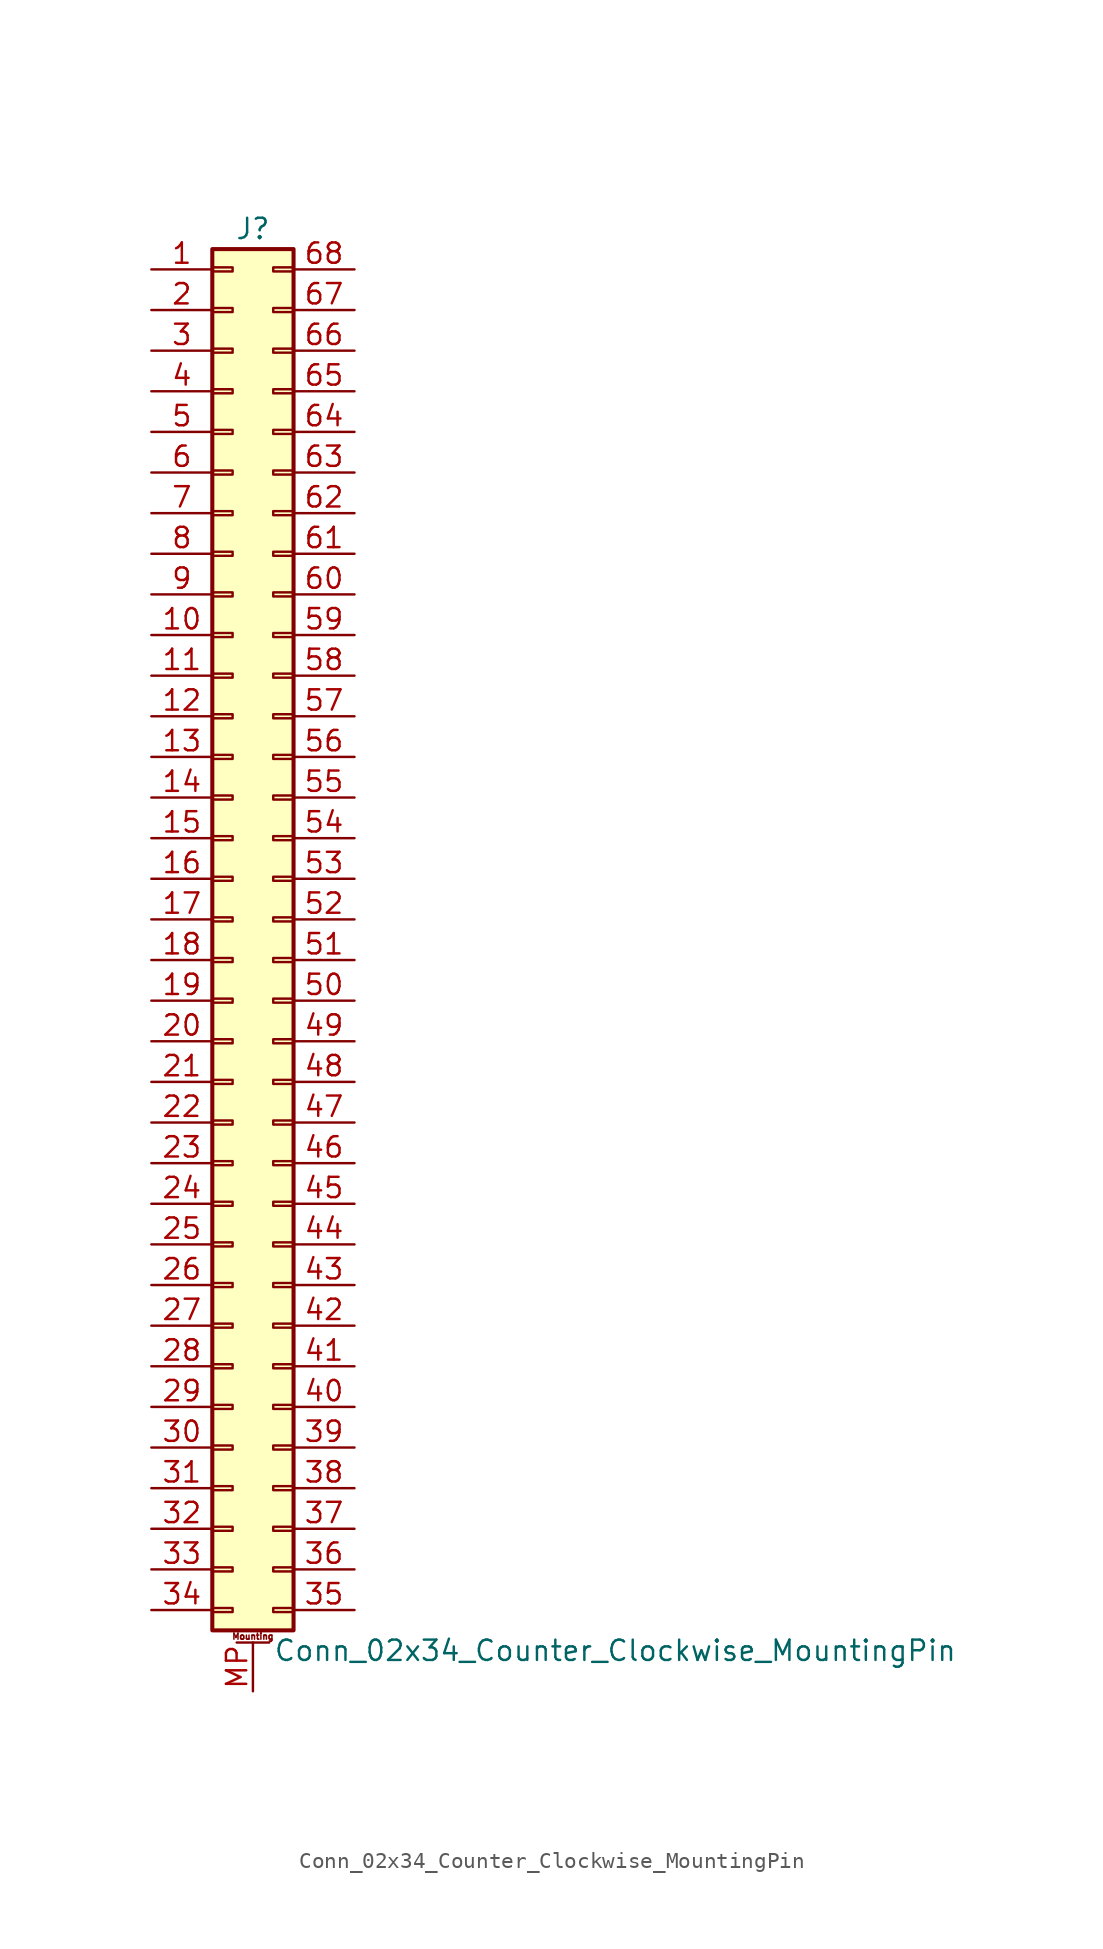
<source format=kicad_sym>
(kicad_symbol_lib
  (version 20211014)
  (generator kicad_symbol_editor)
  (symbol "Conn_02x34_Counter_Clockwise_MountingPin"
    (pin_names
      (offset 1.016) hide)
    (property "Reference" "J"
      (at 1.27 43.18 0)
      (effects (font (size 1.27 1.27))))
    (property "Value" "Conn_02x34_Counter_Clockwise_MountingPin"
      (at 2.54 -45.72 0)
      (effects (font (size 1.27 1.27)) (justify left)))
    (symbol "Conn_02x34_Counter_Clockwise_MountingPin_1_1"
      (rectangle (start -1.27 -43.053) (end 0 -43.307) (stroke (width 0.152) (type default) (color 0 0 0 0)) (fill (type none)))
      (rectangle (start -1.27 -40.513) (end 0 -40.767) (stroke (width 0.152) (type default) (color 0 0 0 0)) (fill (type none)))
      (rectangle (start -1.27 -37.973) (end 0 -38.227) (stroke (width 0.152) (type default) (color 0 0 0 0)) (fill (type none)))
      (rectangle (start -1.27 -35.433) (end 0 -35.687) (stroke (width 0.152) (type default) (color 0 0 0 0)) (fill (type none)))
      (rectangle (start -1.27 -32.893) (end 0 -33.147) (stroke (width 0.152) (type default) (color 0 0 0 0)) (fill (type none)))
      (rectangle (start -1.27 -30.353) (end 0 -30.607) (stroke (width 0.152) (type default) (color 0 0 0 0)) (fill (type none)))
      (rectangle (start -1.27 -27.813) (end 0 -28.067) (stroke (width 0.152) (type default) (color 0 0 0 0)) (fill (type none)))
      (rectangle (start -1.27 -25.273) (end 0 -25.527) (stroke (width 0.152) (type default) (color 0 0 0 0)) (fill (type none)))
      (rectangle (start -1.27 -22.733) (end 0 -22.987) (stroke (width 0.152) (type default) (color 0 0 0 0)) (fill (type none)))
      (rectangle (start -1.27 -20.193) (end 0 -20.447) (stroke (width 0.152) (type default) (color 0 0 0 0)) (fill (type none)))
      (rectangle (start -1.27 -17.653) (end 0 -17.907) (stroke (width 0.152) (type default) (color 0 0 0 0)) (fill (type none)))
      (rectangle (start -1.27 -15.113) (end 0 -15.367) (stroke (width 0.152) (type default) (color 0 0 0 0)) (fill (type none)))
      (rectangle (start -1.27 -12.573) (end 0 -12.827) (stroke (width 0.152) (type default) (color 0 0 0 0)) (fill (type none)))
      (rectangle (start -1.27 -10.033) (end 0 -10.287) (stroke (width 0.152) (type default) (color 0 0 0 0)) (fill (type none)))
      (rectangle (start -1.27 -7.493) (end 0 -7.747) (stroke (width 0.152) (type default) (color 0 0 0 0)) (fill (type none)))
      (rectangle (start -1.27 -4.953) (end 0 -5.207) (stroke (width 0.152) (type default) (color 0 0 0 0)) (fill (type none)))
      (rectangle (start -1.27 -2.413) (end 0 -2.667) (stroke (width 0.152) (type default) (color 0 0 0 0)) (fill (type none)))
      (rectangle (start -1.27 0.127) (end 0 -0.127) (stroke (width 0.152) (type default) (color 0 0 0 0)) (fill (type none)))
      (rectangle (start -1.27 2.667) (end 0 2.413) (stroke (width 0.152) (type default) (color 0 0 0 0)) (fill (type none)))
      (rectangle (start -1.27 5.207) (end 0 4.953) (stroke (width 0.152) (type default) (color 0 0 0 0)) (fill (type none)))
      (rectangle (start -1.27 7.747) (end 0 7.493) (stroke (width 0.152) (type default) (color 0 0 0 0)) (fill (type none)))
      (rectangle (start -1.27 10.287) (end 0 10.033) (stroke (width 0.152) (type default) (color 0 0 0 0)) (fill (type none)))
      (rectangle (start -1.27 12.827) (end 0 12.573) (stroke (width 0.152) (type default) (color 0 0 0 0)) (fill (type none)))
      (rectangle (start -1.27 15.367) (end 0 15.113) (stroke (width 0.152) (type default) (color 0 0 0 0)) (fill (type none)))
      (rectangle (start -1.27 17.907) (end 0 17.653) (stroke (width 0.152) (type default) (color 0 0 0 0)) (fill (type none)))
      (rectangle (start -1.27 20.447) (end 0 20.193) (stroke (width 0.152) (type default) (color 0 0 0 0)) (fill (type none)))
      (rectangle (start -1.27 22.987) (end 0 22.733) (stroke (width 0.152) (type default) (color 0 0 0 0)) (fill (type none)))
      (rectangle (start -1.27 25.527) (end 0 25.273) (stroke (width 0.152) (type default) (color 0 0 0 0)) (fill (type none)))
      (rectangle (start -1.27 28.067) (end 0 27.813) (stroke (width 0.152) (type default) (color 0 0 0 0)) (fill (type none)))
      (rectangle (start -1.27 30.607) (end 0 30.353) (stroke (width 0.152) (type default) (color 0 0 0 0)) (fill (type none)))
      (rectangle (start -1.27 33.147) (end 0 32.893) (stroke (width 0.152) (type default) (color 0 0 0 0)) (fill (type none)))
      (rectangle (start -1.27 35.687) (end 0 35.433) (stroke (width 0.152) (type default) (color 0 0 0 0)) (fill (type none)))
      (rectangle (start -1.27 38.227) (end 0 37.973) (stroke (width 0.152) (type default) (color 0 0 0 0)) (fill (type none)))
      (rectangle (start -1.27 40.767) (end 0 40.513) (stroke (width 0.152) (type default) (color 0 0 0 0)) (fill (type none)))
      (rectangle (start -1.27 41.91) (end 3.81 -44.45) (stroke (width 0.254) (type default) (color 0 0 0 0)) (fill (type background)))
      (polyline (pts (xy 0.254 -45.212) (xy 2.286 -45.212)) (stroke (width 0.152) (type default) (color 0 0 0 0)) (fill (type none)))
      (rectangle (start 3.81 -43.053) (end 2.54 -43.307) (stroke (width 0.152) (type default) (color 0 0 0 0)) (fill (type none)))
      (rectangle (start 3.81 -40.513) (end 2.54 -40.767) (stroke (width 0.152) (type default) (color 0 0 0 0)) (fill (type none)))
      (rectangle (start 3.81 -37.973) (end 2.54 -38.227) (stroke (width 0.152) (type default) (color 0 0 0 0)) (fill (type none)))
      (rectangle (start 3.81 -35.433) (end 2.54 -35.687) (stroke (width 0.152) (type default) (color 0 0 0 0)) (fill (type none)))
      (rectangle (start 3.81 -32.893) (end 2.54 -33.147) (stroke (width 0.152) (type default) (color 0 0 0 0)) (fill (type none)))
      (rectangle (start 3.81 -30.353) (end 2.54 -30.607) (stroke (width 0.152) (type default) (color 0 0 0 0)) (fill (type none)))
      (rectangle (start 3.81 -27.813) (end 2.54 -28.067) (stroke (width 0.152) (type default) (color 0 0 0 0)) (fill (type none)))
      (rectangle (start 3.81 -25.273) (end 2.54 -25.527) (stroke (width 0.152) (type default) (color 0 0 0 0)) (fill (type none)))
      (rectangle (start 3.81 -22.733) (end 2.54 -22.987) (stroke (width 0.152) (type default) (color 0 0 0 0)) (fill (type none)))
      (rectangle (start 3.81 -20.193) (end 2.54 -20.447) (stroke (width 0.152) (type default) (color 0 0 0 0)) (fill (type none)))
      (rectangle (start 3.81 -17.653) (end 2.54 -17.907) (stroke (width 0.152) (type default) (color 0 0 0 0)) (fill (type none)))
      (rectangle (start 3.81 -15.113) (end 2.54 -15.367) (stroke (width 0.152) (type default) (color 0 0 0 0)) (fill (type none)))
      (rectangle (start 3.81 -12.573) (end 2.54 -12.827) (stroke (width 0.152) (type default) (color 0 0 0 0)) (fill (type none)))
      (rectangle (start 3.81 -10.033) (end 2.54 -10.287) (stroke (width 0.152) (type default) (color 0 0 0 0)) (fill (type none)))
      (rectangle (start 3.81 -7.493) (end 2.54 -7.747) (stroke (width 0.152) (type default) (color 0 0 0 0)) (fill (type none)))
      (rectangle (start 3.81 -4.953) (end 2.54 -5.207) (stroke (width 0.152) (type default) (color 0 0 0 0)) (fill (type none)))
      (rectangle (start 3.81 -2.413) (end 2.54 -2.667) (stroke (width 0.152) (type default) (color 0 0 0 0)) (fill (type none)))
      (rectangle (start 3.81 0.127) (end 2.54 -0.127) (stroke (width 0.152) (type default) (color 0 0 0 0)) (fill (type none)))
      (rectangle (start 3.81 2.667) (end 2.54 2.413) (stroke (width 0.152) (type default) (color 0 0 0 0)) (fill (type none)))
      (rectangle (start 3.81 5.207) (end 2.54 4.953) (stroke (width 0.152) (type default) (color 0 0 0 0)) (fill (type none)))
      (rectangle (start 3.81 7.747) (end 2.54 7.493) (stroke (width 0.152) (type default) (color 0 0 0 0)) (fill (type none)))
      (rectangle (start 3.81 10.287) (end 2.54 10.033) (stroke (width 0.152) (type default) (color 0 0 0 0)) (fill (type none)))
      (rectangle (start 3.81 12.827) (end 2.54 12.573) (stroke (width 0.152) (type default) (color 0 0 0 0)) (fill (type none)))
      (rectangle (start 3.81 15.367) (end 2.54 15.113) (stroke (width 0.152) (type default) (color 0 0 0 0)) (fill (type none)))
      (rectangle (start 3.81 17.907) (end 2.54 17.653) (stroke (width 0.152) (type default) (color 0 0 0 0)) (fill (type none)))
      (rectangle (start 3.81 20.447) (end 2.54 20.193) (stroke (width 0.152) (type default) (color 0 0 0 0)) (fill (type none)))
      (rectangle (start 3.81 22.987) (end 2.54 22.733) (stroke (width 0.152) (type default) (color 0 0 0 0)) (fill (type none)))
      (rectangle (start 3.81 25.527) (end 2.54 25.273) (stroke (width 0.152) (type default) (color 0 0 0 0)) (fill (type none)))
      (rectangle (start 3.81 28.067) (end 2.54 27.813) (stroke (width 0.152) (type default) (color 0 0 0 0)) (fill (type none)))
      (rectangle (start 3.81 30.607) (end 2.54 30.353) (stroke (width 0.152) (type default) (color 0 0 0 0)) (fill (type none)))
      (rectangle (start 3.81 33.147) (end 2.54 32.893) (stroke (width 0.152) (type default) (color 0 0 0 0)) (fill (type none)))
      (rectangle (start 3.81 35.687) (end 2.54 35.433) (stroke (width 0.152) (type default) (color 0 0 0 0)) (fill (type none)))
      (rectangle (start 3.81 38.227) (end 2.54 37.973) (stroke (width 0.152) (type default) (color 0 0 0 0)) (fill (type none)))
      (rectangle (start 3.81 40.767) (end 2.54 40.513) (stroke (width 0.152) (type default) (color 0 0 0 0)) (fill (type none)))
      (text "Mounting" (at 1.27 -44.831 0) (effects (font (size 0.381 0.381))))
      (pin passive line (at -5.08 40.64 0) (length 3.81) (name "Pin_1" (effects (font (size 1.27 1.27)))) (number "1" (effects (font (size 1.27 1.27)))))
      (pin passive line (at -5.08 17.78 0) (length 3.81) (name "Pin_10" (effects (font (size 1.27 1.27)))) (number "10" (effects (font (size 1.27 1.27)))))
      (pin passive line (at -5.08 15.24 0) (length 3.81) (name "Pin_11" (effects (font (size 1.27 1.27)))) (number "11" (effects (font (size 1.27 1.27)))))
      (pin passive line (at -5.08 12.7 0) (length 3.81) (name "Pin_12" (effects (font (size 1.27 1.27)))) (number "12" (effects (font (size 1.27 1.27)))))
      (pin passive line (at -5.08 10.16 0) (length 3.81) (name "Pin_13" (effects (font (size 1.27 1.27)))) (number "13" (effects (font (size 1.27 1.27)))))
      (pin passive line (at -5.08 7.62 0) (length 3.81) (name "Pin_14" (effects (font (size 1.27 1.27)))) (number "14" (effects (font (size 1.27 1.27)))))
      (pin passive line (at -5.08 5.08 0) (length 3.81) (name "Pin_15" (effects (font (size 1.27 1.27)))) (number "15" (effects (font (size 1.27 1.27)))))
      (pin passive line (at -5.08 2.54 0) (length 3.81) (name "Pin_16" (effects (font (size 1.27 1.27)))) (number "16" (effects (font (size 1.27 1.27)))))
      (pin passive line (at -5.08 0 0) (length 3.81) (name "Pin_17" (effects (font (size 1.27 1.27)))) (number "17" (effects (font (size 1.27 1.27)))))
      (pin passive line (at -5.08 -2.54 0) (length 3.81) (name "Pin_18" (effects (font (size 1.27 1.27)))) (number "18" (effects (font (size 1.27 1.27)))))
      (pin passive line (at -5.08 -5.08 0) (length 3.81) (name "Pin_19" (effects (font (size 1.27 1.27)))) (number "19" (effects (font (size 1.27 1.27)))))
      (pin passive line (at -5.08 38.1 0) (length 3.81) (name "Pin_2" (effects (font (size 1.27 1.27)))) (number "2" (effects (font (size 1.27 1.27)))))
      (pin passive line (at -5.08 -7.62 0) (length 3.81) (name "Pin_20" (effects (font (size 1.27 1.27)))) (number "20" (effects (font (size 1.27 1.27)))))
      (pin passive line (at -5.08 -10.16 0) (length 3.81) (name "Pin_21" (effects (font (size 1.27 1.27)))) (number "21" (effects (font (size 1.27 1.27)))))
      (pin passive line (at -5.08 -12.7 0) (length 3.81) (name "Pin_22" (effects (font (size 1.27 1.27)))) (number "22" (effects (font (size 1.27 1.27)))))
      (pin passive line (at -5.08 -15.24 0) (length 3.81) (name "Pin_23" (effects (font (size 1.27 1.27)))) (number "23" (effects (font (size 1.27 1.27)))))
      (pin passive line (at -5.08 -17.78 0) (length 3.81) (name "Pin_24" (effects (font (size 1.27 1.27)))) (number "24" (effects (font (size 1.27 1.27)))))
      (pin passive line (at -5.08 -20.32 0) (length 3.81) (name "Pin_25" (effects (font (size 1.27 1.27)))) (number "25" (effects (font (size 1.27 1.27)))))
      (pin passive line (at -5.08 -22.86 0) (length 3.81) (name "Pin_26" (effects (font (size 1.27 1.27)))) (number "26" (effects (font (size 1.27 1.27)))))
      (pin passive line (at -5.08 -25.4 0) (length 3.81) (name "Pin_27" (effects (font (size 1.27 1.27)))) (number "27" (effects (font (size 1.27 1.27)))))
      (pin passive line (at -5.08 -27.94 0) (length 3.81) (name "Pin_28" (effects (font (size 1.27 1.27)))) (number "28" (effects (font (size 1.27 1.27)))))
      (pin passive line (at -5.08 -30.48 0) (length 3.81) (name "Pin_29" (effects (font (size 1.27 1.27)))) (number "29" (effects (font (size 1.27 1.27)))))
      (pin passive line (at -5.08 35.56 0) (length 3.81) (name "Pin_3" (effects (font (size 1.27 1.27)))) (number "3" (effects (font (size 1.27 1.27)))))
      (pin passive line (at -5.08 -33.02 0) (length 3.81) (name "Pin_30" (effects (font (size 1.27 1.27)))) (number "30" (effects (font (size 1.27 1.27)))))
      (pin passive line (at -5.08 -35.56 0) (length 3.81) (name "Pin_31" (effects (font (size 1.27 1.27)))) (number "31" (effects (font (size 1.27 1.27)))))
      (pin passive line (at -5.08 -38.1 0) (length 3.81) (name "Pin_32" (effects (font (size 1.27 1.27)))) (number "32" (effects (font (size 1.27 1.27)))))
      (pin passive line (at -5.08 -40.64 0) (length 3.81) (name "Pin_33" (effects (font (size 1.27 1.27)))) (number "33" (effects (font (size 1.27 1.27)))))
      (pin passive line (at -5.08 -43.18 0) (length 3.81) (name "Pin_34" (effects (font (size 1.27 1.27)))) (number "34" (effects (font (size 1.27 1.27)))))
      (pin passive line (at 7.62 -43.18 180) (length 3.81) (name "Pin_35" (effects (font (size 1.27 1.27)))) (number "35" (effects (font (size 1.27 1.27)))))
      (pin passive line (at 7.62 -40.64 180) (length 3.81) (name "Pin_36" (effects (font (size 1.27 1.27)))) (number "36" (effects (font (size 1.27 1.27)))))
      (pin passive line (at 7.62 -38.1 180) (length 3.81) (name "Pin_37" (effects (font (size 1.27 1.27)))) (number "37" (effects (font (size 1.27 1.27)))))
      (pin passive line (at 7.62 -35.56 180) (length 3.81) (name "Pin_38" (effects (font (size 1.27 1.27)))) (number "38" (effects (font (size 1.27 1.27)))))
      (pin passive line (at 7.62 -33.02 180) (length 3.81) (name "Pin_39" (effects (font (size 1.27 1.27)))) (number "39" (effects (font (size 1.27 1.27)))))
      (pin passive line (at -5.08 33.02 0) (length 3.81) (name "Pin_4" (effects (font (size 1.27 1.27)))) (number "4" (effects (font (size 1.27 1.27)))))
      (pin passive line (at 7.62 -30.48 180) (length 3.81) (name "Pin_40" (effects (font (size 1.27 1.27)))) (number "40" (effects (font (size 1.27 1.27)))))
      (pin passive line (at 7.62 -27.94 180) (length 3.81) (name "Pin_41" (effects (font (size 1.27 1.27)))) (number "41" (effects (font (size 1.27 1.27)))))
      (pin passive line (at 7.62 -25.4 180) (length 3.81) (name "Pin_42" (effects (font (size 1.27 1.27)))) (number "42" (effects (font (size 1.27 1.27)))))
      (pin passive line (at 7.62 -22.86 180) (length 3.81) (name "Pin_43" (effects (font (size 1.27 1.27)))) (number "43" (effects (font (size 1.27 1.27)))))
      (pin passive line (at 7.62 -20.32 180) (length 3.81) (name "Pin_44" (effects (font (size 1.27 1.27)))) (number "44" (effects (font (size 1.27 1.27)))))
      (pin passive line (at 7.62 -17.78 180) (length 3.81) (name "Pin_45" (effects (font (size 1.27 1.27)))) (number "45" (effects (font (size 1.27 1.27)))))
      (pin passive line (at 7.62 -15.24 180) (length 3.81) (name "Pin_46" (effects (font (size 1.27 1.27)))) (number "46" (effects (font (size 1.27 1.27)))))
      (pin passive line (at 7.62 -12.7 180) (length 3.81) (name "Pin_47" (effects (font (size 1.27 1.27)))) (number "47" (effects (font (size 1.27 1.27)))))
      (pin passive line (at 7.62 -10.16 180) (length 3.81) (name "Pin_48" (effects (font (size 1.27 1.27)))) (number "48" (effects (font (size 1.27 1.27)))))
      (pin passive line (at 7.62 -7.62 180) (length 3.81) (name "Pin_49" (effects (font (size 1.27 1.27)))) (number "49" (effects (font (size 1.27 1.27)))))
      (pin passive line (at -5.08 30.48 0) (length 3.81) (name "Pin_5" (effects (font (size 1.27 1.27)))) (number "5" (effects (font (size 1.27 1.27)))))
      (pin passive line (at 7.62 -5.08 180) (length 3.81) (name "Pin_50" (effects (font (size 1.27 1.27)))) (number "50" (effects (font (size 1.27 1.27)))))
      (pin passive line (at 7.62 -2.54 180) (length 3.81) (name "Pin_51" (effects (font (size 1.27 1.27)))) (number "51" (effects (font (size 1.27 1.27)))))
      (pin passive line (at 7.62 0 180) (length 3.81) (name "Pin_52" (effects (font (size 1.27 1.27)))) (number "52" (effects (font (size 1.27 1.27)))))
      (pin passive line (at 7.62 2.54 180) (length 3.81) (name "Pin_53" (effects (font (size 1.27 1.27)))) (number "53" (effects (font (size 1.27 1.27)))))
      (pin passive line (at 7.62 5.08 180) (length 3.81) (name "Pin_54" (effects (font (size 1.27 1.27)))) (number "54" (effects (font (size 1.27 1.27)))))
      (pin passive line (at 7.62 7.62 180) (length 3.81) (name "Pin_55" (effects (font (size 1.27 1.27)))) (number "55" (effects (font (size 1.27 1.27)))))
      (pin passive line (at 7.62 10.16 180) (length 3.81) (name "Pin_56" (effects (font (size 1.27 1.27)))) (number "56" (effects (font (size 1.27 1.27)))))
      (pin passive line (at 7.62 12.7 180) (length 3.81) (name "Pin_57" (effects (font (size 1.27 1.27)))) (number "57" (effects (font (size 1.27 1.27)))))
      (pin passive line (at 7.62 15.24 180) (length 3.81) (name "Pin_58" (effects (font (size 1.27 1.27)))) (number "58" (effects (font (size 1.27 1.27)))))
      (pin passive line (at 7.62 17.78 180) (length 3.81) (name "Pin_59" (effects (font (size 1.27 1.27)))) (number "59" (effects (font (size 1.27 1.27)))))
      (pin passive line (at -5.08 27.94 0) (length 3.81) (name "Pin_6" (effects (font (size 1.27 1.27)))) (number "6" (effects (font (size 1.27 1.27)))))
      (pin passive line (at 7.62 20.32 180) (length 3.81) (name "Pin_60" (effects (font (size 1.27 1.27)))) (number "60" (effects (font (size 1.27 1.27)))))
      (pin passive line (at 7.62 22.86 180) (length 3.81) (name "Pin_61" (effects (font (size 1.27 1.27)))) (number "61" (effects (font (size 1.27 1.27)))))
      (pin passive line (at 7.62 25.4 180) (length 3.81) (name "Pin_62" (effects (font (size 1.27 1.27)))) (number "62" (effects (font (size 1.27 1.27)))))
      (pin passive line (at 7.62 27.94 180) (length 3.81) (name "Pin_63" (effects (font (size 1.27 1.27)))) (number "63" (effects (font (size 1.27 1.27)))))
      (pin passive line (at 7.62 30.48 180) (length 3.81) (name "Pin_64" (effects (font (size 1.27 1.27)))) (number "64" (effects (font (size 1.27 1.27)))))
      (pin passive line (at 7.62 33.02 180) (length 3.81) (name "Pin_65" (effects (font (size 1.27 1.27)))) (number "65" (effects (font (size 1.27 1.27)))))
      (pin passive line (at 7.62 35.56 180) (length 3.81) (name "Pin_66" (effects (font (size 1.27 1.27)))) (number "66" (effects (font (size 1.27 1.27)))))
      (pin passive line (at 7.62 38.1 180) (length 3.81) (name "Pin_67" (effects (font (size 1.27 1.27)))) (number "67" (effects (font (size 1.27 1.27)))))
      (pin passive line (at 7.62 40.64 180) (length 3.81) (name "Pin_68" (effects (font (size 1.27 1.27)))) (number "68" (effects (font (size 1.27 1.27)))))
      (pin passive line (at -5.08 25.4 0) (length 3.81) (name "Pin_7" (effects (font (size 1.27 1.27)))) (number "7" (effects (font (size 1.27 1.27)))))
      (pin passive line (at -5.08 22.86 0) (length 3.81) (name "Pin_8" (effects (font (size 1.27 1.27)))) (number "8" (effects (font (size 1.27 1.27)))))
      (pin passive line (at -5.08 20.32 0) (length 3.81) (name "Pin_9" (effects (font (size 1.27 1.27)))) (number "9" (effects (font (size 1.27 1.27)))))
      (pin passive line (at 1.27 -48.26 90) (length 3.048) (name "MountPin" (effects (font (size 1.27 1.27)))) (number "MP" (effects (font (size 1.27 1.27))))))))
</source>
